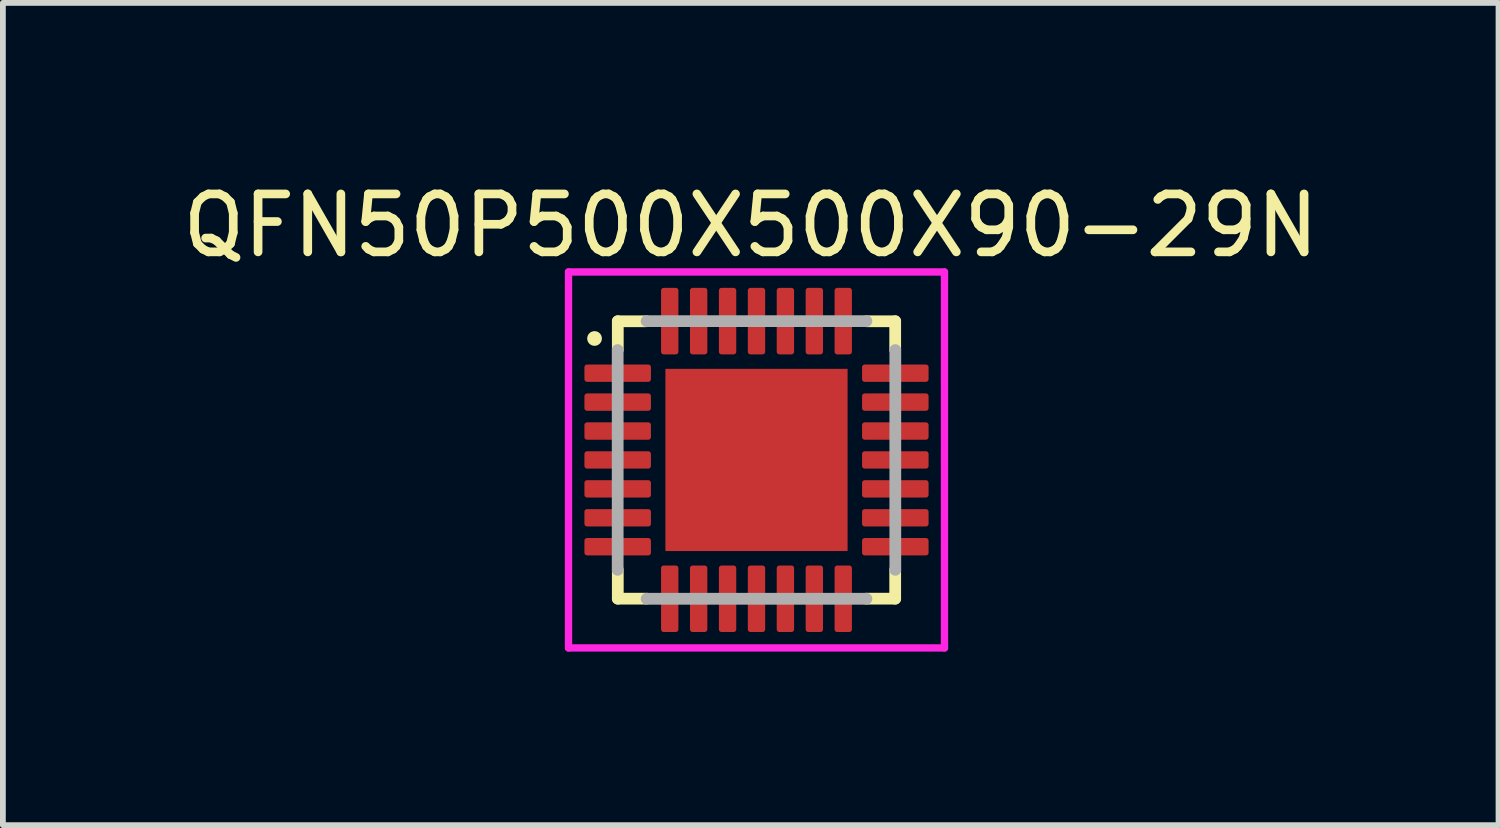
<source format=kicad_pcb>
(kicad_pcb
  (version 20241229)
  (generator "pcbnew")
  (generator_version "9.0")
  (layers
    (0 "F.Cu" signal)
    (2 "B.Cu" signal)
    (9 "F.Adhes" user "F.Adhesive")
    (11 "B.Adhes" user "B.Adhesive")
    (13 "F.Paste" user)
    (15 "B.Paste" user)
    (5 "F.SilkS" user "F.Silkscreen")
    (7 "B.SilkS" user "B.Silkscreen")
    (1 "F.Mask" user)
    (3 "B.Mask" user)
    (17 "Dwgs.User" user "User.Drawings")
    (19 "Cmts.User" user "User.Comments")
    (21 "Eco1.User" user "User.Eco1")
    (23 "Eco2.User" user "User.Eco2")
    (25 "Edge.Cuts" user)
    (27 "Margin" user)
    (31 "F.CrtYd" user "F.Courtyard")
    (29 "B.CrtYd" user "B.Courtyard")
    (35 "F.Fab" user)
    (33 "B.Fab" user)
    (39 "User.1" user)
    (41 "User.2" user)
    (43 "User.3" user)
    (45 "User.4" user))
  (footprint "QFN50P500X500X90-29N"
    (layer "F.Cu")
    (at 10.029 4.902)
    (property "Reference" "QFN50P500X500X90-29N" (at -0.1 -4.053 0) (layer "F.SilkS") (effects (font (size 1.002 1.002) (thickness 0.15))))
    (attr smd)
    (fp_poly (pts (xy -3.03 1.3) (xy -1.775 1.3) (xy -1.775 1.703) (xy -3.03 1.703)) (stroke (width 0.01) (type solid)) (fill yes) (layer "F.Mask"))
    (fp_poly (pts (xy -3.029 0.3) (xy -1.775 0.3) (xy -1.775 0.701) (xy -3.029 0.701)) (stroke (width 0.01) (type solid)) (fill yes) (layer "F.Mask"))
    (fp_poly (pts (xy -3.028 -1.2) (xy -1.775 -1.2) (xy -1.775 -0.801) (xy -3.028 -0.801)) (stroke (width 0.01) (type solid)) (fill yes) (layer "F.Mask"))
    (fp_poly (pts (xy -3.028 0.8) (xy -1.775 0.8) (xy -1.775 1.201) (xy -3.028 1.201)) (stroke (width 0.01) (type solid)) (fill yes) (layer "F.Mask"))
    (fp_poly (pts (xy -3.027 -0.7) (xy -1.775 -0.7) (xy -1.775 -0.3) (xy -3.027 -0.3)) (stroke (width 0.01) (type solid)) (fill yes) (layer "F.Mask"))
    (fp_poly (pts (xy -3.026 -0.2) (xy -1.775 -0.2) (xy -1.775 0.2) (xy -3.026 0.2)) (stroke (width 0.01) (type solid)) (fill yes) (layer "F.Mask"))
    (fp_poly (pts (xy -3.025 -1.7) (xy -1.775 -1.7) (xy -1.775 -1.3) (xy -3.025 -1.3)) (stroke (width 0.01) (type solid)) (fill yes) (layer "F.Mask"))
    (fp_poly (pts (xy -2.126 2.2) (xy -0.875 2.2) (xy -0.875 2.602) (xy -2.126 2.602)) (stroke (width 0.01) (type solid)) (fill yes) (layer "F.Mask"))
    (fp_poly (pts (xy -2.126 -2.6) (xy -0.875 -2.6) (xy -0.875 -2.201) (xy -2.126 -2.201)) (stroke (width 0.01) (type solid)) (fill yes) (layer "F.Mask"))
    (fp_poly (pts (xy -1.628 2.2) (xy -0.375 2.2) (xy -0.375 2.605) (xy -1.628 2.605)) (stroke (width 0.01) (type solid)) (fill yes) (layer "F.Mask"))
    (fp_poly (pts (xy -1.626 -2.6) (xy -0.375 -2.6) (xy -0.375 -2.202) (xy -1.626 -2.202)) (stroke (width 0.01) (type solid)) (fill yes) (layer "F.Mask"))
    (fp_poly (pts (xy -1.127 2.2) (xy 0.125 2.2) (xy 0.125 2.605) (xy -1.127 2.605)) (stroke (width 0.01) (type solid)) (fill yes) (layer "F.Mask"))
    (fp_poly (pts (xy -1.125 -2.6) (xy 0.125 -2.6) (xy 0.125 -2.201) (xy -1.125 -2.201)) (stroke (width 0.01) (type solid)) (fill yes) (layer "F.Mask"))
    (fp_poly (pts (xy -0.626 2.2) (xy 0.625 2.2) (xy 0.625 2.603) (xy -0.626 2.603)) (stroke (width 0.01) (type solid)) (fill yes) (layer "F.Mask"))
    (fp_poly (pts (xy -0.625 -2.6) (xy 0.625 -2.6) (xy 0.625 -2.2) (xy -0.625 -2.2)) (stroke (width 0.01) (type solid)) (fill yes) (layer "F.Mask"))
    (fp_poly (pts (xy -0.125 -2.6) (xy 1.125 -2.6) (xy 1.125 -2.204) (xy -0.125 -2.204)) (stroke (width 0.01) (type solid)) (fill yes) (layer "F.Mask"))
    (fp_poly (pts (xy -0.125 2.2) (xy 1.125 2.2) (xy 1.125 2.602) (xy -0.125 2.602)) (stroke (width 0.01) (type solid)) (fill yes) (layer "F.Mask"))
    (fp_poly (pts (xy 0.375 2.2) (xy 1.625 2.2) (xy 1.625 2.602) (xy 0.375 2.602)) (stroke (width 0.01) (type solid)) (fill yes) (layer "F.Mask"))
    (fp_poly (pts (xy 0.375 -2.6) (xy 1.625 -2.6) (xy 1.625 -2.202) (xy 0.375 -2.202)) (stroke (width 0.01) (type solid)) (fill yes) (layer "F.Mask"))
    (fp_poly (pts (xy 0.875 -2.6) (xy 2.125 -2.6) (xy 2.125 -2.2) (xy 0.875 -2.2)) (stroke (width 0.01) (type solid)) (fill yes) (layer "F.Mask"))
    (fp_poly (pts (xy 0.877 2.2) (xy 2.125 2.2) (xy 2.125 2.605) (xy 0.877 2.605)) (stroke (width 0.01) (type solid)) (fill yes) (layer "F.Mask"))
    (fp_poly (pts (xy 1.775 0.8) (xy 3.025 0.8) (xy 3.025 1.2) (xy 1.775 1.2)) (stroke (width 0.01) (type solid)) (fill yes) (layer "F.Mask"))
    (fp_poly (pts (xy 1.775 1.3) (xy 3.025 1.3) (xy 3.025 1.7) (xy 1.775 1.7)) (stroke (width 0.01) (type solid)) (fill yes) (layer "F.Mask"))
    (fp_poly (pts (xy 1.776 -1.7) (xy 3.025 -1.7) (xy 3.025 -1.301) (xy 1.776 -1.301)) (stroke (width 0.01) (type solid)) (fill yes) (layer "F.Mask"))
    (fp_poly (pts (xy 1.776 -0.7) (xy 3.025 -0.7) (xy 3.025 -0.3) (xy 1.776 -0.3)) (stroke (width 0.01) (type solid)) (fill yes) (layer "F.Mask"))
    (fp_poly (pts (xy 1.777 -0.2) (xy 3.025 -0.2) (xy 3.025 0.2) (xy 1.777 0.2)) (stroke (width 0.01) (type solid)) (fill yes) (layer "F.Mask"))
    (fp_poly (pts (xy 1.778 -1.2) (xy 3.025 -1.2) (xy 3.025 -0.801) (xy 1.778 -0.801)) (stroke (width 0.01) (type solid)) (fill yes) (layer "F.Mask"))
    (fp_poly (pts (xy 1.778 0.3) (xy 3.025 0.3) (xy 3.025 0.701) (xy 1.778 0.701)) (stroke (width 0.01) (type solid)) (fill yes) (layer "F.Mask"))
    (fp_line (start -2.398 -2.398) (end -2.398 -1.902) (stroke (width 0.203) (type solid)) (layer "F.SilkS"))
    (fp_line (start -2.398 1.902) (end -2.398 2.398) (stroke (width 0.203) (type solid)) (layer "F.SilkS"))
    (fp_line (start -2.398 2.398) (end -1.902 2.398) (stroke (width 0.203) (type solid)) (layer "F.SilkS"))
    (fp_line (start -1.902 -2.398) (end -2.398 -2.398) (stroke (width 0.203) (type solid)) (layer "F.SilkS"))
    (fp_line (start 1.902 2.398) (end 2.398 2.398) (stroke (width 0.203) (type solid)) (layer "F.SilkS"))
    (fp_line (start 2.398 -2.398) (end 1.902 -2.398) (stroke (width 0.203) (type solid)) (layer "F.SilkS"))
    (fp_line (start 2.398 -1.902) (end 2.398 -2.398) (stroke (width 0.203) (type solid)) (layer "F.SilkS"))
    (fp_line (start 2.398 2.398) (end 2.398 1.902) (stroke (width 0.203) (type solid)) (layer "F.SilkS"))
    (fp_circle (center -2.8 -2.1) (end -2.673 -2.1) (stroke (width 0) (type solid)) (fill yes) (layer "F.SilkS"))
    (fp_poly (pts (xy -1.002 -1) (xy 1 -1) (xy 1 1.002) (xy -1.002 1.002)) (stroke (width 0.01) (type solid)) (fill yes) (layer "F.Paste"))
    (fp_line (start -3.25 -3.25) (end 3.25 -3.25) (stroke (width 0.127) (type solid)) (layer "F.CrtYd"))
    (fp_line (start -3.25 3.25) (end -3.25 -3.25) (stroke (width 0.127) (type solid)) (layer "F.CrtYd"))
    (fp_line (start 3.25 -3.25) (end 3.25 3.25) (stroke (width 0.127) (type solid)) (layer "F.CrtYd"))
    (fp_line (start 3.25 3.25) (end -3.25 3.25) (stroke (width 0.127) (type solid)) (layer "F.CrtYd"))
    (fp_line (start -2.4 1.9) (end -2.4 -1.9) (stroke (width 0.203) (type solid)) (layer "F.Fab"))
    (fp_line (start -1.9 -2.4) (end 1.9 -2.4) (stroke (width 0.203) (type solid)) (layer "F.Fab"))
    (fp_line (start -1.9 2.4) (end 1.9 2.4) (stroke (width 0.203) (type solid)) (layer "F.Fab"))
    (fp_line (start 2.4 1.9) (end 2.4 -1.9) (stroke (width 0.203) (type solid)) (layer "F.Fab"))
    (pad "1" smd roundrect (at -2.4 -1.5) (size 1.15 0.3) (layers "F.Cu" "F.Paste") (roundrect_rratio 0.15))
    (pad "2" smd roundrect (at -2.4 -1) (size 1.15 0.3) (layers "F.Cu" "F.Paste") (roundrect_rratio 0.15))
    (pad "3" smd roundrect (at -2.4 -0.5) (size 1.15 0.3) (layers "F.Cu" "F.Paste") (roundrect_rratio 0.15))
    (pad "4" smd roundrect (at -2.4 0) (size 1.15 0.3) (layers "F.Cu" "F.Paste") (roundrect_rratio 0.15))
    (pad "5" smd roundrect (at -2.4 0.5) (size 1.15 0.3) (layers "F.Cu" "F.Paste") (roundrect_rratio 0.15))
    (pad "6" smd roundrect (at -2.4 1) (size 1.15 0.3) (layers "F.Cu" "F.Paste") (roundrect_rratio 0.15))
    (pad "7" smd roundrect (at -2.4 1.5) (size 1.15 0.3) (layers "F.Cu" "F.Paste") (roundrect_rratio 0.15))
    (pad "8" smd roundrect (at -1.5 2.4) (size 0.3 1.15) (layers "F.Cu" "F.Paste") (roundrect_rratio 0.15))
    (pad "9" smd roundrect (at -1 2.4) (size 0.3 1.15) (layers "F.Cu" "F.Paste") (roundrect_rratio 0.15))
    (pad "10" smd roundrect (at -0.5 2.4) (size 0.3 1.15) (layers "F.Cu" "F.Paste") (roundrect_rratio 0.15))
    (pad "11" smd roundrect (at 0 2.4) (size 0.3 1.15) (layers "F.Cu" "F.Paste") (roundrect_rratio 0.15))
    (pad "12" smd roundrect (at 0.5 2.4) (size 0.3 1.15) (layers "F.Cu" "F.Paste") (roundrect_rratio 0.15))
    (pad "13" smd roundrect (at 1 2.4) (size 0.3 1.15) (layers "F.Cu" "F.Paste") (roundrect_rratio 0.15))
    (pad "14" smd roundrect (at 1.5 2.4) (size 0.3 1.15) (layers "F.Cu" "F.Paste") (roundrect_rratio 0.15))
    (pad "15" smd roundrect (at 2.4 1.5) (size 1.15 0.3) (layers "F.Cu" "F.Paste") (roundrect_rratio 0.15))
    (pad "16" smd roundrect (at 2.4 1) (size 1.15 0.3) (layers "F.Cu" "F.Paste") (roundrect_rratio 0.15))
    (pad "17" smd roundrect (at 2.4 0.5) (size 1.15 0.3) (layers "F.Cu" "F.Paste") (roundrect_rratio 0.15))
    (pad "18" smd roundrect (at 2.4 0) (size 1.15 0.3) (layers "F.Cu" "F.Paste") (roundrect_rratio 0.15))
    (pad "19" smd roundrect (at 2.4 -0.5) (size 1.15 0.3) (layers "F.Cu" "F.Paste") (roundrect_rratio 0.15))
    (pad "20" smd roundrect (at 2.4 -1) (size 1.15 0.3) (layers "F.Cu" "F.Paste") (roundrect_rratio 0.15))
    (pad "21" smd roundrect (at 2.4 -1.5) (size 1.15 0.3) (layers "F.Cu" "F.Paste") (roundrect_rratio 0.15))
    (pad "22" smd roundrect (at 1.5 -2.4) (size 0.3 1.15) (layers "F.Cu" "F.Paste") (roundrect_rratio 0.15))
    (pad "23" smd roundrect (at 1 -2.4) (size 0.3 1.15) (layers "F.Cu" "F.Paste") (roundrect_rratio 0.15))
    (pad "24" smd roundrect (at 0.5 -2.4) (size 0.3 1.15) (layers "F.Cu" "F.Paste") (roundrect_rratio 0.15))
    (pad "25" smd roundrect (at 0 -2.4) (size 0.3 1.15) (layers "F.Cu" "F.Paste") (roundrect_rratio 0.15))
    (pad "26" smd roundrect (at -0.5 -2.4) (size 0.3 1.15) (layers "F.Cu" "F.Paste") (roundrect_rratio 0.15))
    (pad "27" smd roundrect (at -1 -2.4) (size 0.3 1.15) (layers "F.Cu" "F.Paste") (roundrect_rratio 0.15))
    (pad "28" smd roundrect (at -1.5 -2.4) (size 0.3 1.15) (layers "F.Cu" "F.Paste") (roundrect_rratio 0.15))
    (pad "29" smd rect (at 0 0) (size 3.15 3.15) (layers "F.Cu" "F.Mask")))
  (gr_rect
    (start -3 -3)
    (end 22.858 11.216)
    (stroke (width 0.1) (type default))
    (fill no)
    (layer "Edge.Cuts")))
</source>
